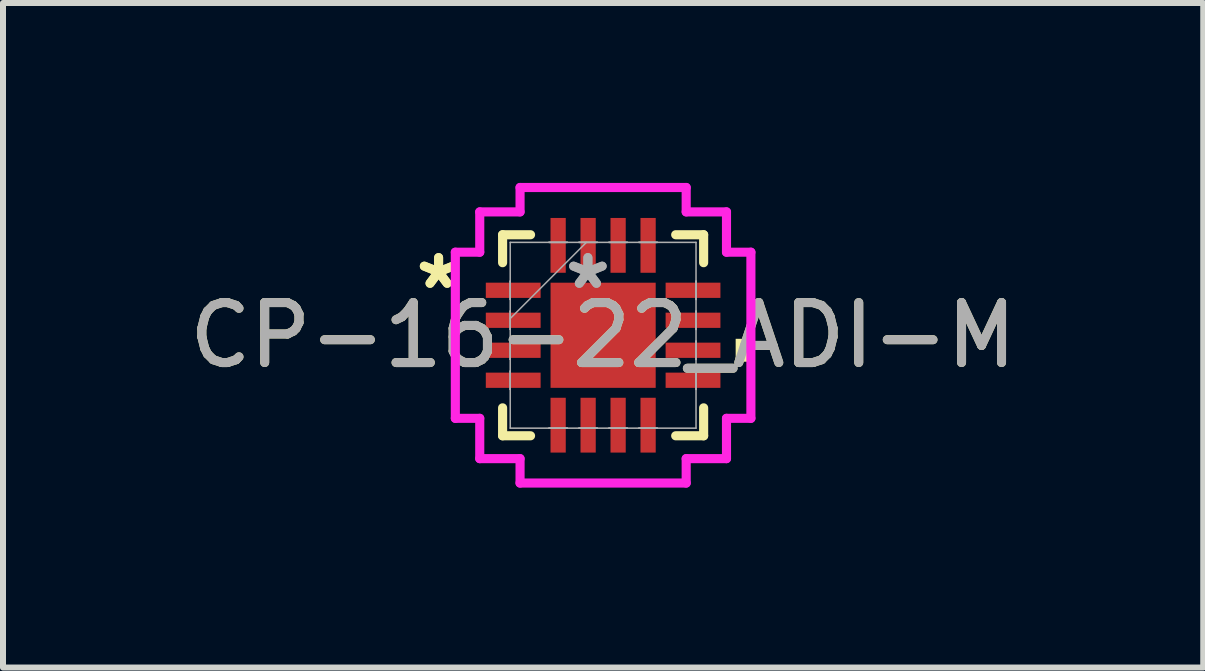
<source format=kicad_pcb>
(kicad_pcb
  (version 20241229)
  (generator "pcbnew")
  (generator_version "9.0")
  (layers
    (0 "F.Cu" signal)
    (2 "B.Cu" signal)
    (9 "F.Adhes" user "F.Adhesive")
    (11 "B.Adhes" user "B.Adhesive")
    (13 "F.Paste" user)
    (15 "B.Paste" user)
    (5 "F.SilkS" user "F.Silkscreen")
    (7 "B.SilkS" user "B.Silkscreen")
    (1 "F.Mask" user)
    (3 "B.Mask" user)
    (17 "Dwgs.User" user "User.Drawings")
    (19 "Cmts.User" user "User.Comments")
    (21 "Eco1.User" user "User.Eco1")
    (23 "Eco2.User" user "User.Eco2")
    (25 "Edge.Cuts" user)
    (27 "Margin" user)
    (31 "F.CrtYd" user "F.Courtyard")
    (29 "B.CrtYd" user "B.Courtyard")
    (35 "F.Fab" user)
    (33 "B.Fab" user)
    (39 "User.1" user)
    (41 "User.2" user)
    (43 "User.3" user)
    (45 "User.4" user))
  (footprint "CP-16-22_ADI-M"
    (layer "F.Cu")
    (at 7.006 2.54)
    (property "Reference" "CP-16-22_ADI-M" (at 0 0 0) (unlocked yes) (layer "F.SilkS") (effects (font (size 1 1) (thickness 0.15))))
    (attr smd)
    (fp_line (start -1.676 -1.676) (end -1.676 -1.21) (stroke (width 0.152) (type solid)) (layer "F.SilkS"))
    (fp_line (start -1.676 1.21) (end -1.676 1.676) (stroke (width 0.152) (type solid)) (layer "F.SilkS"))
    (fp_line (start -1.676 1.676) (end -1.21 1.676) (stroke (width 0.152) (type solid)) (layer "F.SilkS"))
    (fp_line (start -1.21 -1.676) (end -1.676 -1.676) (stroke (width 0.152) (type solid)) (layer "F.SilkS"))
    (fp_line (start 1.21 1.676) (end 1.676 1.676) (stroke (width 0.152) (type solid)) (layer "F.SilkS"))
    (fp_line (start 1.676 -1.676) (end 1.21 -1.676) (stroke (width 0.152) (type solid)) (layer "F.SilkS"))
    (fp_line (start 1.676 -1.21) (end 1.676 -1.676) (stroke (width 0.152) (type solid)) (layer "F.SilkS"))
    (fp_line (start 1.676 1.676) (end 1.676 1.21) (stroke (width 0.152) (type solid)) (layer "F.SilkS"))
    (fp_poly (pts (xy 2.464 0.059) (xy 2.464 0.441) (xy 2.21 0.441) (xy 2.21 0.059)) (stroke (width 0) (type solid)) (fill yes) (layer "F.SilkS"))
    (fp_line (start -2.464 -1.385) (end -2.057 -1.385) (stroke (width 0.152) (type solid)) (layer "F.CrtYd"))
    (fp_line (start -2.464 1.385) (end -2.464 -1.385) (stroke (width 0.152) (type solid)) (layer "F.CrtYd"))
    (fp_line (start -2.057 -2.057) (end -1.385 -2.057) (stroke (width 0.152) (type solid)) (layer "F.CrtYd"))
    (fp_line (start -2.057 -1.385) (end -2.057 -2.057) (stroke (width 0.152) (type solid)) (layer "F.CrtYd"))
    (fp_line (start -2.057 1.385) (end -2.464 1.385) (stroke (width 0.152) (type solid)) (layer "F.CrtYd"))
    (fp_line (start -2.057 2.057) (end -2.057 1.385) (stroke (width 0.152) (type solid)) (layer "F.CrtYd"))
    (fp_line (start -1.385 -2.464) (end 1.385 -2.464) (stroke (width 0.152) (type solid)) (layer "F.CrtYd"))
    (fp_line (start -1.385 -2.057) (end -1.385 -2.464) (stroke (width 0.152) (type solid)) (layer "F.CrtYd"))
    (fp_line (start -1.385 2.057) (end -2.057 2.057) (stroke (width 0.152) (type solid)) (layer "F.CrtYd"))
    (fp_line (start -1.385 2.464) (end -1.385 2.057) (stroke (width 0.152) (type solid)) (layer "F.CrtYd"))
    (fp_line (start 1.385 -2.464) (end 1.385 -2.057) (stroke (width 0.152) (type solid)) (layer "F.CrtYd"))
    (fp_line (start 1.385 -2.057) (end 2.057 -2.057) (stroke (width 0.152) (type solid)) (layer "F.CrtYd"))
    (fp_line (start 1.385 2.057) (end 1.385 2.464) (stroke (width 0.152) (type solid)) (layer "F.CrtYd"))
    (fp_line (start 1.385 2.464) (end -1.385 2.464) (stroke (width 0.152) (type solid)) (layer "F.CrtYd"))
    (fp_line (start 2.057 -2.057) (end 2.057 -1.385) (stroke (width 0.152) (type solid)) (layer "F.CrtYd"))
    (fp_line (start 2.057 -1.385) (end 2.464 -1.385) (stroke (width 0.152) (type solid)) (layer "F.CrtYd"))
    (fp_line (start 2.057 1.385) (end 2.057 2.057) (stroke (width 0.152) (type solid)) (layer "F.CrtYd"))
    (fp_line (start 2.057 2.057) (end 1.385 2.057) (stroke (width 0.152) (type solid)) (layer "F.CrtYd"))
    (fp_line (start 2.464 -1.385) (end 2.464 1.385) (stroke (width 0.152) (type solid)) (layer "F.CrtYd"))
    (fp_line (start 2.464 1.385) (end 2.057 1.385) (stroke (width 0.152) (type solid)) (layer "F.CrtYd"))
    (fp_line (start -1.549 -1.549) (end -1.549 1.549) (stroke (width 0.025) (type solid)) (layer "F.Fab"))
    (fp_line (start -1.549 -0.902) (end -1.549 -0.902) (stroke (width 0.025) (type solid)) (layer "F.Fab"))
    (fp_line (start -1.549 -0.902) (end -1.549 -0.598) (stroke (width 0.025) (type solid)) (layer "F.Fab"))
    (fp_line (start -1.549 -0.598) (end -1.549 -0.902) (stroke (width 0.025) (type solid)) (layer "F.Fab"))
    (fp_line (start -1.549 -0.598) (end -1.549 -0.598) (stroke (width 0.025) (type solid)) (layer "F.Fab"))
    (fp_line (start -1.549 -0.402) (end -1.549 -0.402) (stroke (width 0.025) (type solid)) (layer "F.Fab"))
    (fp_line (start -1.549 -0.402) (end -1.549 -0.098) (stroke (width 0.025) (type solid)) (layer "F.Fab"))
    (fp_line (start -1.549 -0.279) (end -0.279 -1.549) (stroke (width 0.025) (type solid)) (layer "F.Fab"))
    (fp_line (start -1.549 -0.098) (end -1.549 -0.402) (stroke (width 0.025) (type solid)) (layer "F.Fab"))
    (fp_line (start -1.549 -0.098) (end -1.549 -0.098) (stroke (width 0.025) (type solid)) (layer "F.Fab"))
    (fp_line (start -1.549 0.098) (end -1.549 0.098) (stroke (width 0.025) (type solid)) (layer "F.Fab"))
    (fp_line (start -1.549 0.098) (end -1.549 0.402) (stroke (width 0.025) (type solid)) (layer "F.Fab"))
    (fp_line (start -1.549 0.402) (end -1.549 0.098) (stroke (width 0.025) (type solid)) (layer "F.Fab"))
    (fp_line (start -1.549 0.402) (end -1.549 0.402) (stroke (width 0.025) (type solid)) (layer "F.Fab"))
    (fp_line (start -1.549 0.598) (end -1.549 0.598) (stroke (width 0.025) (type solid)) (layer "F.Fab"))
    (fp_line (start -1.549 0.598) (end -1.549 0.902) (stroke (width 0.025) (type solid)) (layer "F.Fab"))
    (fp_line (start -1.549 0.902) (end -1.549 0.598) (stroke (width 0.025) (type solid)) (layer "F.Fab"))
    (fp_line (start -1.549 0.902) (end -1.549 0.902) (stroke (width 0.025) (type solid)) (layer "F.Fab"))
    (fp_line (start -1.549 1.549) (end 1.549 1.549) (stroke (width 0.025) (type solid)) (layer "F.Fab"))
    (fp_line (start -0.902 -1.549) (end -0.902 -1.549) (stroke (width 0.025) (type solid)) (layer "F.Fab"))
    (fp_line (start -0.902 -1.549) (end -0.598 -1.549) (stroke (width 0.025) (type solid)) (layer "F.Fab"))
    (fp_line (start -0.902 1.549) (end -0.902 1.549) (stroke (width 0.025) (type solid)) (layer "F.Fab"))
    (fp_line (start -0.902 1.549) (end -0.598 1.549) (stroke (width 0.025) (type solid)) (layer "F.Fab"))
    (fp_line (start -0.598 -1.549) (end -0.902 -1.549) (stroke (width 0.025) (type solid)) (layer "F.Fab"))
    (fp_line (start -0.598 -1.549) (end -0.598 -1.549) (stroke (width 0.025) (type solid)) (layer "F.Fab"))
    (fp_line (start -0.598 1.549) (end -0.902 1.549) (stroke (width 0.025) (type solid)) (layer "F.Fab"))
    (fp_line (start -0.598 1.549) (end -0.598 1.549) (stroke (width 0.025) (type solid)) (layer "F.Fab"))
    (fp_line (start -0.402 -1.549) (end -0.402 -1.549) (stroke (width 0.025) (type solid)) (layer "F.Fab"))
    (fp_line (start -0.402 -1.549) (end -0.098 -1.549) (stroke (width 0.025) (type solid)) (layer "F.Fab"))
    (fp_line (start -0.402 1.549) (end -0.402 1.549) (stroke (width 0.025) (type solid)) (layer "F.Fab"))
    (fp_line (start -0.402 1.549) (end -0.098 1.549) (stroke (width 0.025) (type solid)) (layer "F.Fab"))
    (fp_line (start -0.098 -1.549) (end -0.402 -1.549) (stroke (width 0.025) (type solid)) (layer "F.Fab"))
    (fp_line (start -0.098 -1.549) (end -0.098 -1.549) (stroke (width 0.025) (type solid)) (layer "F.Fab"))
    (fp_line (start -0.098 1.549) (end -0.402 1.549) (stroke (width 0.025) (type solid)) (layer "F.Fab"))
    (fp_line (start -0.098 1.549) (end -0.098 1.549) (stroke (width 0.025) (type solid)) (layer "F.Fab"))
    (fp_line (start 0.098 -1.549) (end 0.098 -1.549) (stroke (width 0.025) (type solid)) (layer "F.Fab"))
    (fp_line (start 0.098 -1.549) (end 0.402 -1.549) (stroke (width 0.025) (type solid)) (layer "F.Fab"))
    (fp_line (start 0.098 1.549) (end 0.098 1.549) (stroke (width 0.025) (type solid)) (layer "F.Fab"))
    (fp_line (start 0.098 1.549) (end 0.402 1.549) (stroke (width 0.025) (type solid)) (layer "F.Fab"))
    (fp_line (start 0.402 -1.549) (end 0.098 -1.549) (stroke (width 0.025) (type solid)) (layer "F.Fab"))
    (fp_line (start 0.402 -1.549) (end 0.402 -1.549) (stroke (width 0.025) (type solid)) (layer "F.Fab"))
    (fp_line (start 0.402 1.549) (end 0.098 1.549) (stroke (width 0.025) (type solid)) (layer "F.Fab"))
    (fp_line (start 0.402 1.549) (end 0.402 1.549) (stroke (width 0.025) (type solid)) (layer "F.Fab"))
    (fp_line (start 0.598 -1.549) (end 0.598 -1.549) (stroke (width 0.025) (type solid)) (layer "F.Fab"))
    (fp_line (start 0.598 -1.549) (end 0.902 -1.549) (stroke (width 0.025) (type solid)) (layer "F.Fab"))
    (fp_line (start 0.598 1.549) (end 0.598 1.549) (stroke (width 0.025) (type solid)) (layer "F.Fab"))
    (fp_line (start 0.598 1.549) (end 0.902 1.549) (stroke (width 0.025) (type solid)) (layer "F.Fab"))
    (fp_line (start 0.902 -1.549) (end 0.598 -1.549) (stroke (width 0.025) (type solid)) (layer "F.Fab"))
    (fp_line (start 0.902 -1.549) (end 0.902 -1.549) (stroke (width 0.025) (type solid)) (layer "F.Fab"))
    (fp_line (start 0.902 1.549) (end 0.598 1.549) (stroke (width 0.025) (type solid)) (layer "F.Fab"))
    (fp_line (start 0.902 1.549) (end 0.902 1.549) (stroke (width 0.025) (type solid)) (layer "F.Fab"))
    (fp_line (start 1.549 -1.549) (end -1.549 -1.549) (stroke (width 0.025) (type solid)) (layer "F.Fab"))
    (fp_line (start 1.549 -0.902) (end 1.549 -0.902) (stroke (width 0.025) (type solid)) (layer "F.Fab"))
    (fp_line (start 1.549 -0.902) (end 1.549 -0.598) (stroke (width 0.025) (type solid)) (layer "F.Fab"))
    (fp_line (start 1.549 -0.598) (end 1.549 -0.902) (stroke (width 0.025) (type solid)) (layer "F.Fab"))
    (fp_line (start 1.549 -0.598) (end 1.549 -0.598) (stroke (width 0.025) (type solid)) (layer "F.Fab"))
    (fp_line (start 1.549 -0.402) (end 1.549 -0.402) (stroke (width 0.025) (type solid)) (layer "F.Fab"))
    (fp_line (start 1.549 -0.402) (end 1.549 -0.098) (stroke (width 0.025) (type solid)) (layer "F.Fab"))
    (fp_line (start 1.549 -0.098) (end 1.549 -0.402) (stroke (width 0.025) (type solid)) (layer "F.Fab"))
    (fp_line (start 1.549 -0.098) (end 1.549 -0.098) (stroke (width 0.025) (type solid)) (layer "F.Fab"))
    (fp_line (start 1.549 0.098) (end 1.549 0.098) (stroke (width 0.025) (type solid)) (layer "F.Fab"))
    (fp_line (start 1.549 0.098) (end 1.549 0.402) (stroke (width 0.025) (type solid)) (layer "F.Fab"))
    (fp_line (start 1.549 0.402) (end 1.549 0.098) (stroke (width 0.025) (type solid)) (layer "F.Fab"))
    (fp_line (start 1.549 0.402) (end 1.549 0.402) (stroke (width 0.025) (type solid)) (layer "F.Fab"))
    (fp_line (start 1.549 0.598) (end 1.549 0.598) (stroke (width 0.025) (type solid)) (layer "F.Fab"))
    (fp_line (start 1.549 0.598) (end 1.549 0.902) (stroke (width 0.025) (type solid)) (layer "F.Fab"))
    (fp_line (start 1.549 0.902) (end 1.549 0.598) (stroke (width 0.025) (type solid)) (layer "F.Fab"))
    (fp_line (start 1.549 0.902) (end 1.549 0.902) (stroke (width 0.025) (type solid)) (layer "F.Fab"))
    (fp_line (start 1.549 1.549) (end 1.549 -1.549) (stroke (width 0.025) (type solid)) (layer "F.Fab"))
    (fp_text user "*" (at -2.743 -0.75 0) (unlocked yes) (layer "F.SilkS") (effects (font (size 1 1) (thickness 0.15))))
    (fp_text user "*" (at -2.743 -0.75 0) (layer "F.SilkS") (effects (font (size 1 1) (thickness 0.15))))
    (fp_text user "${REFERENCE}" (at 0 0 0) (unlocked yes) (layer "F.Fab") (effects (font (size 1 1) (thickness 0.15))))
    (fp_text user "*" (at -0.254 -0.75 0) (layer "F.Fab") (effects (font (size 1 1) (thickness 0.15))))
    (fp_text user "*" (at -0.254 -0.75 0) (unlocked yes) (layer "F.Fab") (effects (font (size 1 1) (thickness 0.15))))
    (pad "1" smd rect (at -1.499 -0.75 90) (size 0.254 0.914) (layers "F.Cu" "F.Mask" "F.Paste"))
    (pad "2" smd rect (at -1.499 -0.25 90) (size 0.254 0.914) (layers "F.Cu" "F.Mask" "F.Paste"))
    (pad "3" smd rect (at -1.499 0.25 90) (size 0.254 0.914) (layers "F.Cu" "F.Mask" "F.Paste"))
    (pad "4" smd rect (at -1.499 0.75 90) (size 0.254 0.914) (layers "F.Cu" "F.Mask" "F.Paste"))
    (pad "5" smd rect (at -0.75 1.499) (size 0.254 0.914) (layers "F.Cu" "F.Mask" "F.Paste"))
    (pad "6" smd rect (at -0.25 1.499) (size 0.254 0.914) (layers "F.Cu" "F.Mask" "F.Paste"))
    (pad "7" smd rect (at 0.25 1.499) (size 0.254 0.914) (layers "F.Cu" "F.Mask" "F.Paste"))
    (pad "8" smd rect (at 0.75 1.499) (size 0.254 0.914) (layers "F.Cu" "F.Mask" "F.Paste"))
    (pad "9" smd rect (at 1.499 0.75 90) (size 0.254 0.914) (layers "F.Cu" "F.Mask" "F.Paste"))
    (pad "10" smd rect (at 1.499 0.25 90) (size 0.254 0.914) (layers "F.Cu" "F.Mask" "F.Paste"))
    (pad "11" smd rect (at 1.499 -0.25 90) (size 0.254 0.914) (layers "F.Cu" "F.Mask" "F.Paste"))
    (pad "12" smd rect (at 1.499 -0.75 90) (size 0.254 0.914) (layers "F.Cu" "F.Mask" "F.Paste"))
    (pad "13" smd rect (at 0.75 -1.499) (size 0.254 0.914) (layers "F.Cu" "F.Mask" "F.Paste"))
    (pad "14" smd rect (at 0.25 -1.499) (size 0.254 0.914) (layers "F.Cu" "F.Mask" "F.Paste"))
    (pad "15" smd rect (at -0.25 -1.499) (size 0.254 0.914) (layers "F.Cu" "F.Mask" "F.Paste"))
    (pad "16" smd rect (at -0.75 -1.499) (size 0.254 0.914) (layers "F.Cu" "F.Mask" "F.Paste"))
    (pad "17" smd rect (at 0 0) (size 1.753 1.753) (layers "F.Cu" "F.Mask" "F.Paste")))
  (gr_rect
    (start -3 -3)
    (end 17.012 8.08)
    (stroke (width 0.1) (type default))
    (fill no)
    (layer "Edge.Cuts")))
</source>
